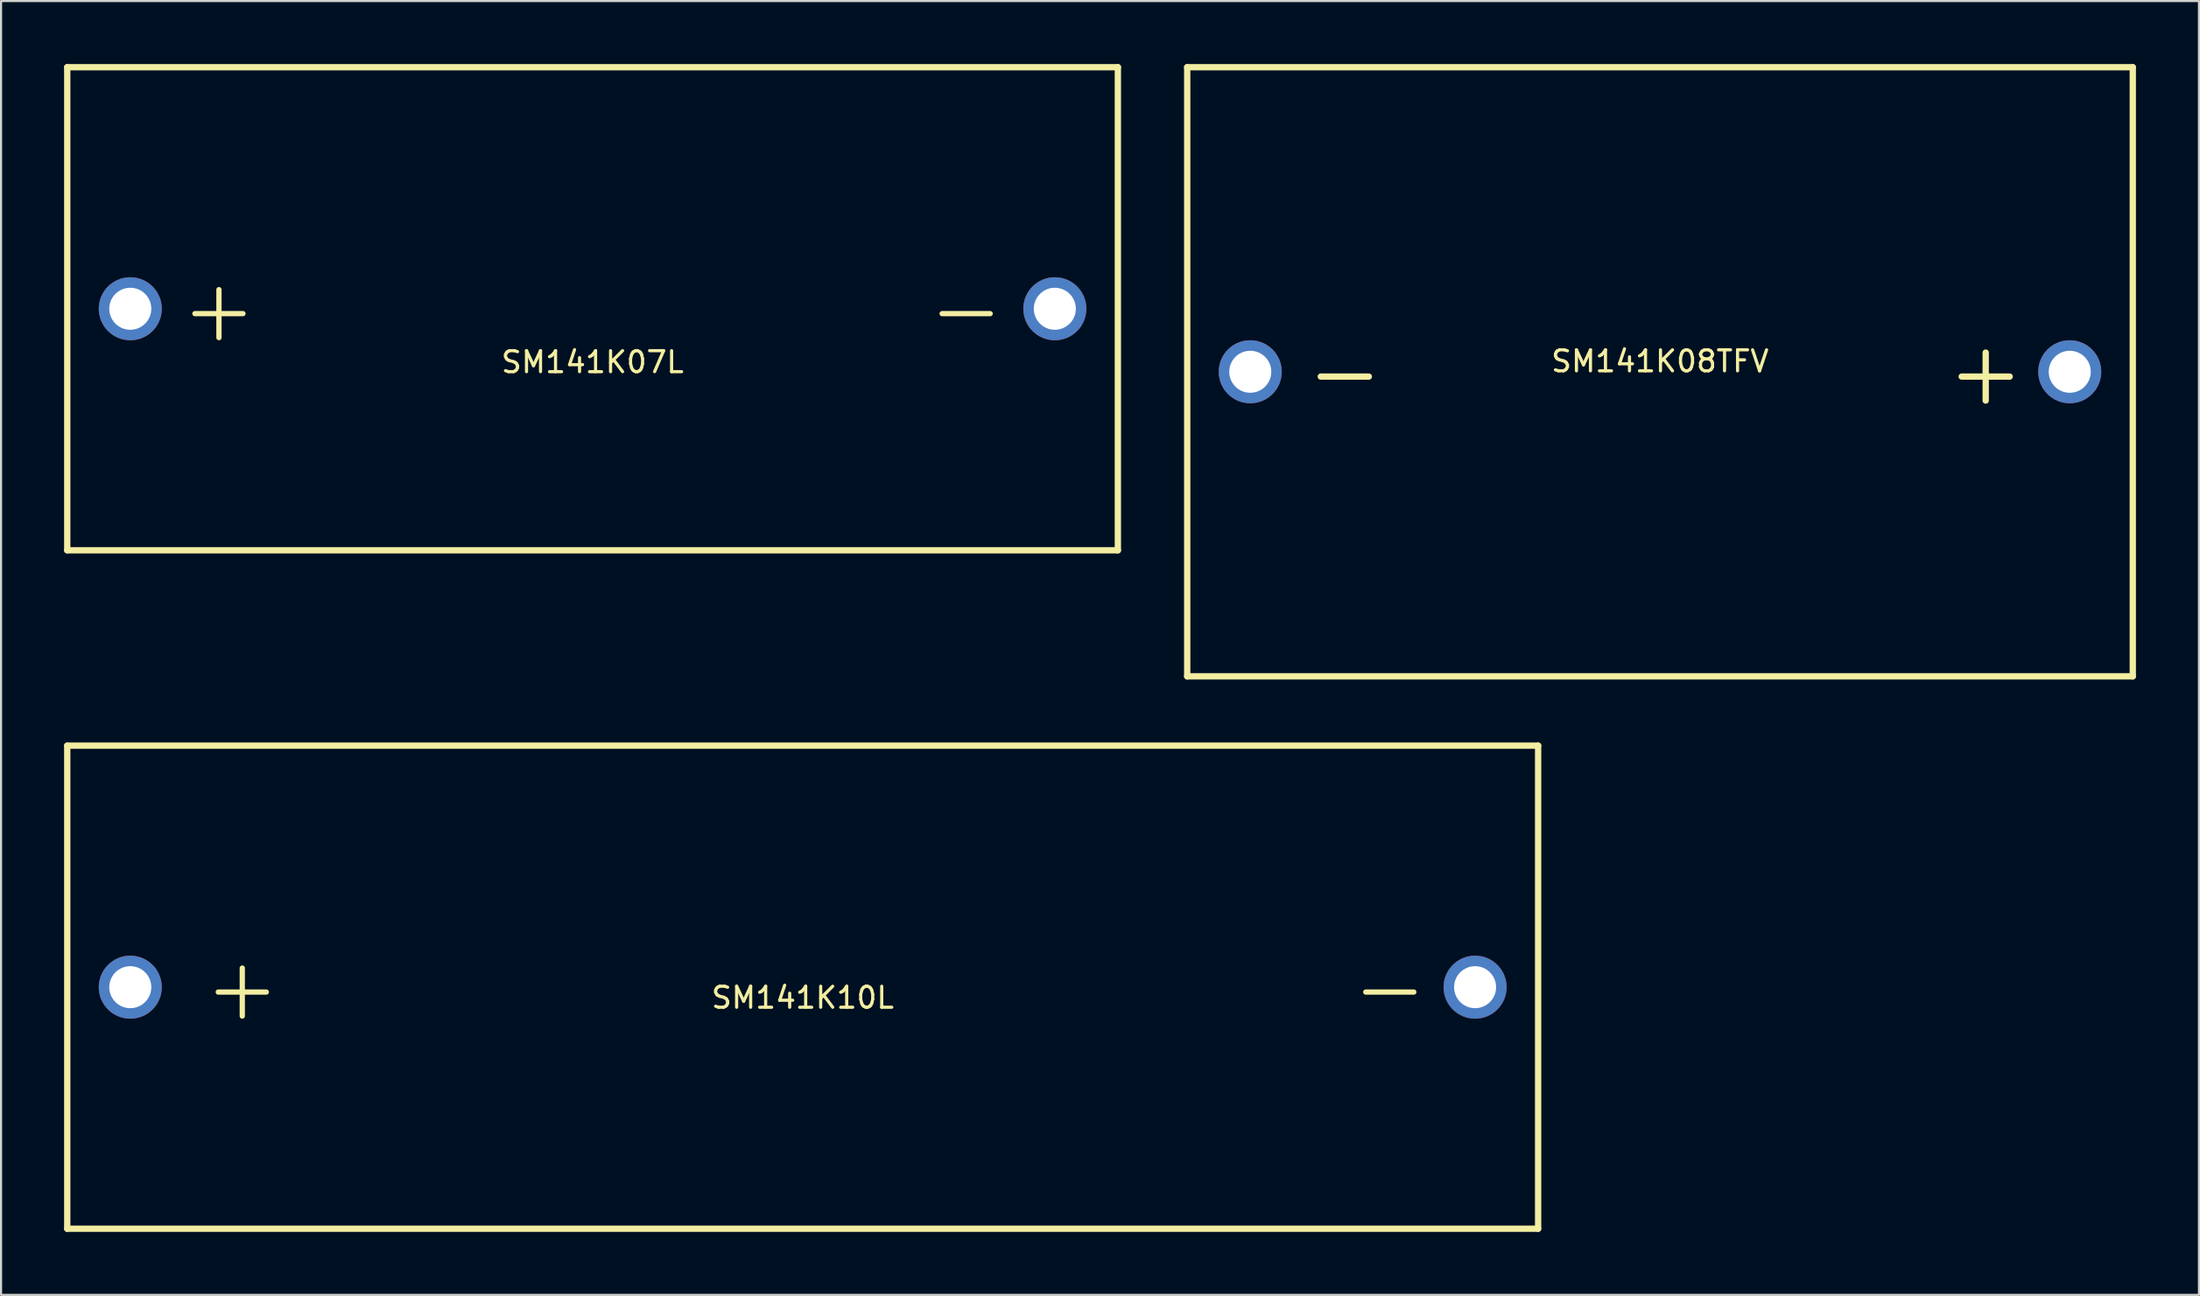
<source format=kicad_pcb>
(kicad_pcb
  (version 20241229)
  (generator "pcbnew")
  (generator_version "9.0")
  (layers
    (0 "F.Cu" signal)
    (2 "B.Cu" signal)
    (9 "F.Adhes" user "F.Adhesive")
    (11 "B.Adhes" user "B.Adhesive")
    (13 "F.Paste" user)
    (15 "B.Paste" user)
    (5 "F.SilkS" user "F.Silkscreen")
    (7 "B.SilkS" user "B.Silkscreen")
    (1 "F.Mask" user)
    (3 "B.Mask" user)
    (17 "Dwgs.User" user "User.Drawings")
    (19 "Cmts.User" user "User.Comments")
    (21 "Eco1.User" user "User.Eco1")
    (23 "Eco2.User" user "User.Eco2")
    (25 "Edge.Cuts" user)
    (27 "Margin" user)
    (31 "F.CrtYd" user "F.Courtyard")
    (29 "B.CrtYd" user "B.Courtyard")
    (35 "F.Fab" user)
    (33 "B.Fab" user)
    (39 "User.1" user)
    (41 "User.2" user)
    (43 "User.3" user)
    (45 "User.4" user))
  (footprint "SM141K07L"
    (layer "F.Cu")
    (at 25.15 11.65)
    (property "Reference" "SM141K07L" (at 0 2.54 0) (layer "F.SilkS") (effects (font (size 1 1) (thickness 0.15))))
    (attr through_hole)
    (fp_line (start -25 -11.5) (end 25 -11.5) (stroke (width 0.3) (type solid)) (layer "F.SilkS"))
    (fp_line (start -25 11.5) (end -25 -11.5) (stroke (width 0.3) (type solid)) (layer "F.SilkS"))
    (fp_line (start -25 11.5) (end 25 11.5) (stroke (width 0.3) (type solid)) (layer "F.SilkS"))
    (fp_line (start 25 -11.5) (end 25 11.5) (stroke (width 0.3) (type solid)) (layer "F.SilkS"))
    (fp_text user "+" (at -17.78 0 0) (layer "F.SilkS") (effects (font (size 3 3) (thickness 0.25))))
    (fp_text user "-" (at 17.78 0 0) (layer "F.SilkS") (effects (font (size 3 3) (thickness 0.25))))
    (pad "1" thru_hole circle (at -22 0) (size 3 3) (drill 2) (layers "*.Cu" "*.Mask"))
    (pad "2" thru_hole circle (at 22 0) (size 3 3) (drill 2) (layers "*.Cu" "*.Mask")))
  (footprint "SM141K08TFV"
    (layer "F.Cu")
    (at 75.95 14.65)
    (property "Reference" "SM141K08TFV" (at 0 -0.5 0) (unlocked yes) (layer "F.SilkS") (effects (font (size 1 1) (thickness 0.15))))
    (attr smd)
    (fp_line (start -22.5 -14.5) (end 22.5 -14.5) (stroke (width 0.3) (type solid)) (layer "F.SilkS"))
    (fp_line (start -22.5 14.5) (end -22.5 -14.5) (stroke (width 0.3) (type solid)) (layer "F.SilkS"))
    (fp_line (start 22.5 -14.5) (end 22.5 14.5) (stroke (width 0.3) (type solid)) (layer "F.SilkS"))
    (fp_line (start 22.5 14.5) (end -22.5 14.5) (stroke (width 0.3) (type solid)) (layer "F.SilkS"))
    (fp_text user "-" (at -15 0 180) (layer "F.SilkS") (effects (font (size 3 3) (thickness 0.3))))
    (fp_text user "+" (at 15.5 0 180) (layer "F.SilkS") (effects (font (size 3 3) (thickness 0.3))))
    (pad "0" thru_hole circle (at -19.5 0) (size 3 3) (drill 2) (layers "*.Cu" "*.Mask"))
    (pad "1" thru_hole circle (at 19.5 0) (size 3 3) (drill 2) (layers "*.Cu" "*.Mask")))
  (footprint "SM141K10L"
    (layer "F.Cu")
    (at 35.15 43.95)
    (property "Reference" "SM141K10L" (at 0 0.5 0) (layer "F.SilkS") (effects (font (size 1 1) (thickness 0.15))))
    (attr through_hole)
    (fp_line (start -35 -11.5) (end -35 11.5) (stroke (width 0.3) (type solid)) (layer "F.SilkS"))
    (fp_line (start -35 -11.5) (end 35 -11.5) (stroke (width 0.3) (type solid)) (layer "F.SilkS"))
    (fp_line (start 35 -11.5) (end 35 11.5) (stroke (width 0.3) (type solid)) (layer "F.SilkS"))
    (fp_line (start 35 11.5) (end -35 11.5) (stroke (width 0.3) (type solid)) (layer "F.SilkS"))
    (fp_text user "+" (at -26.67 0 0) (layer "F.SilkS") (effects (font (size 3 3) (thickness 0.25))))
    (fp_text user "-" (at 27.94 0 0) (layer "F.SilkS") (effects (font (size 3 3) (thickness 0.25))))
    (pad "1" thru_hole circle (at -32 0) (size 3 3) (drill 2) (layers "*.Cu" "*.Mask"))
    (pad "2" thru_hole circle (at 32 0) (size 3 3) (drill 2) (layers "*.Cu" "*.Mask")))
  (gr_rect
    (start -3 -3)
    (end 101.6 58.6)
    (stroke (width 0.1) (type default))
    (fill no)
    (layer "Edge.Cuts")))
</source>
